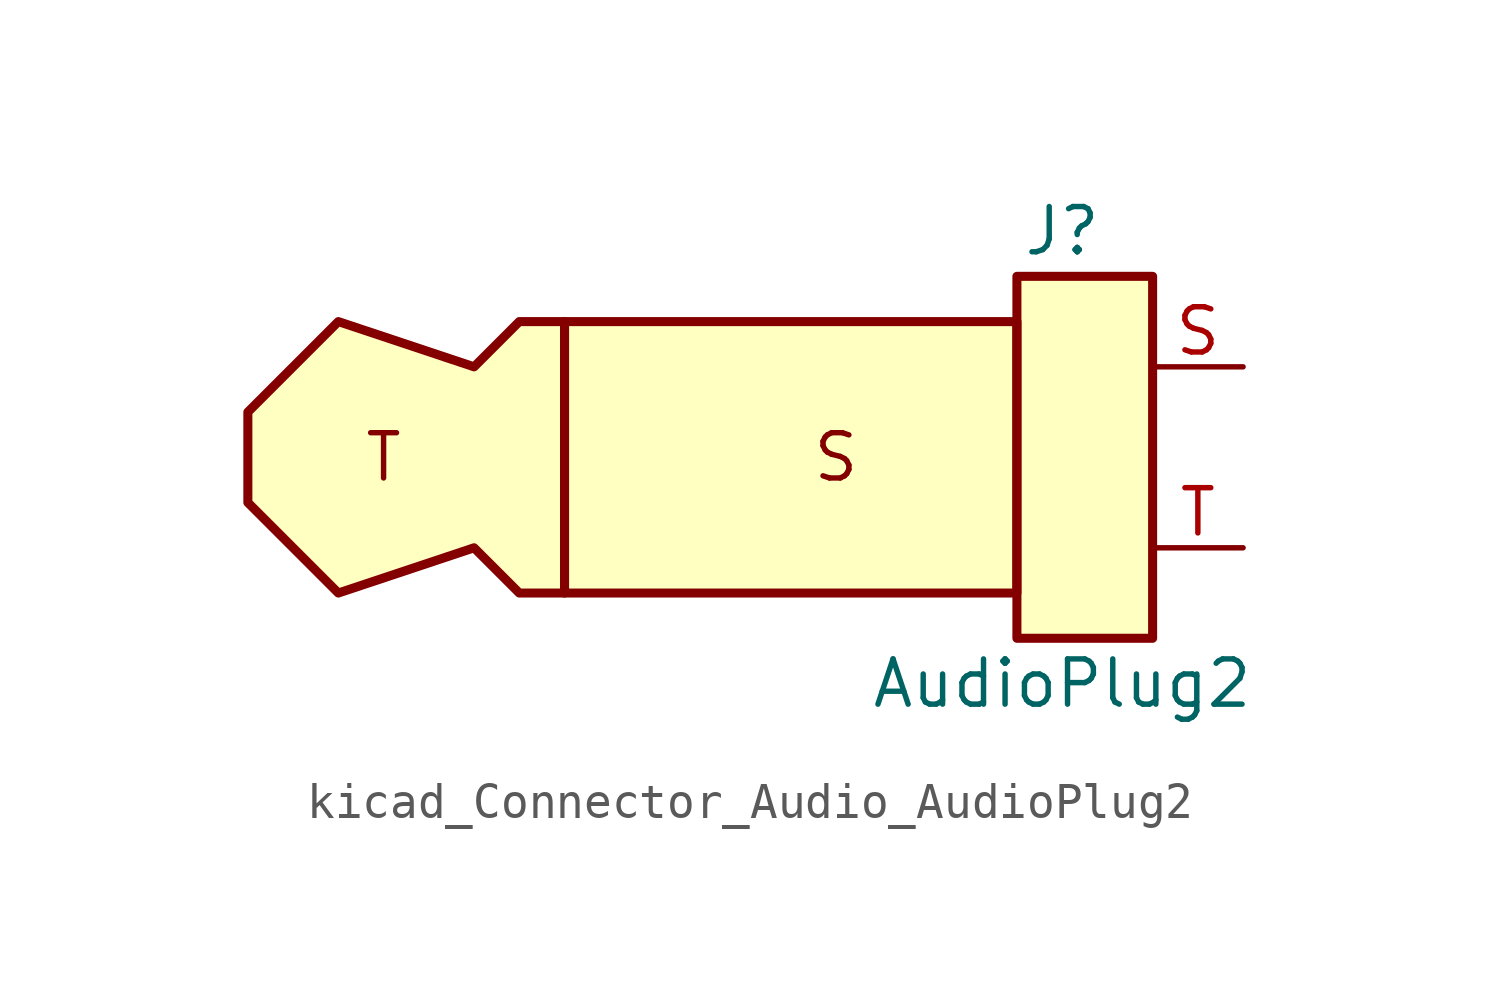
<source format=kicad_sym>
(kicad_symbol_lib
  (version 20220914)
  (generator kicad_symbol_editor)
  (symbol "kicad_Connector_Audio_AudioPlug2"
    (property "Reference" "J"
      (at 10.16 6.35 0)
      (effects (font (size 1.27 1.27))))
    (property "Value" "AudioPlug2"
      (at 10.16 -6.35 0)
      (effects (font (size 1.27 1.27))))
    (symbol "kicad_Connector_Audio_AudioPlug2_0_0"
      (text "S" (at 3.81 0 0) (effects (font (size 1.27 1.27))))
      (text "T" (at -8.89 0 0) (effects (font (size 1.27 1.27)))))
    (symbol "kicad_Connector_Audio_AudioPlug2_0_1"
      (rectangle (start -3.81 3.81) (end 8.89 -3.81) (stroke (width 0.254) (type default)) (fill (type background)))
      (polyline (pts (xy -3.81 3.81) (xy -5.08 3.81) (xy -6.35 2.54) (xy -10.16 3.81) (xy -12.7 1.27) (xy -12.7 -1.27) (xy -10.16 -3.81) (xy -6.35 -2.54) (xy -5.08 -3.81) (xy -3.81 -3.81) (xy -3.81 3.81)) (stroke (width 0.254) (type default)) (fill (type background)))
      (rectangle (start 12.7 5.08) (end 8.89 -5.08) (stroke (width 0.254) (type default)) (fill (type background))))
    (symbol "kicad_Connector_Audio_AudioPlug2_1_1"
      (pin passive line (at 15.24 2.54 180) (length 2.54) (name "~" (effects (font (size 1.27 1.27)))) (number "S" (effects (font (size 1.27 1.27)))))
      (pin passive line (at 15.24 -2.54 180) (length 2.54) (name "~" (effects (font (size 1.27 1.27)))) (number "T" (effects (font (size 1.27 1.27))))))))
</source>
